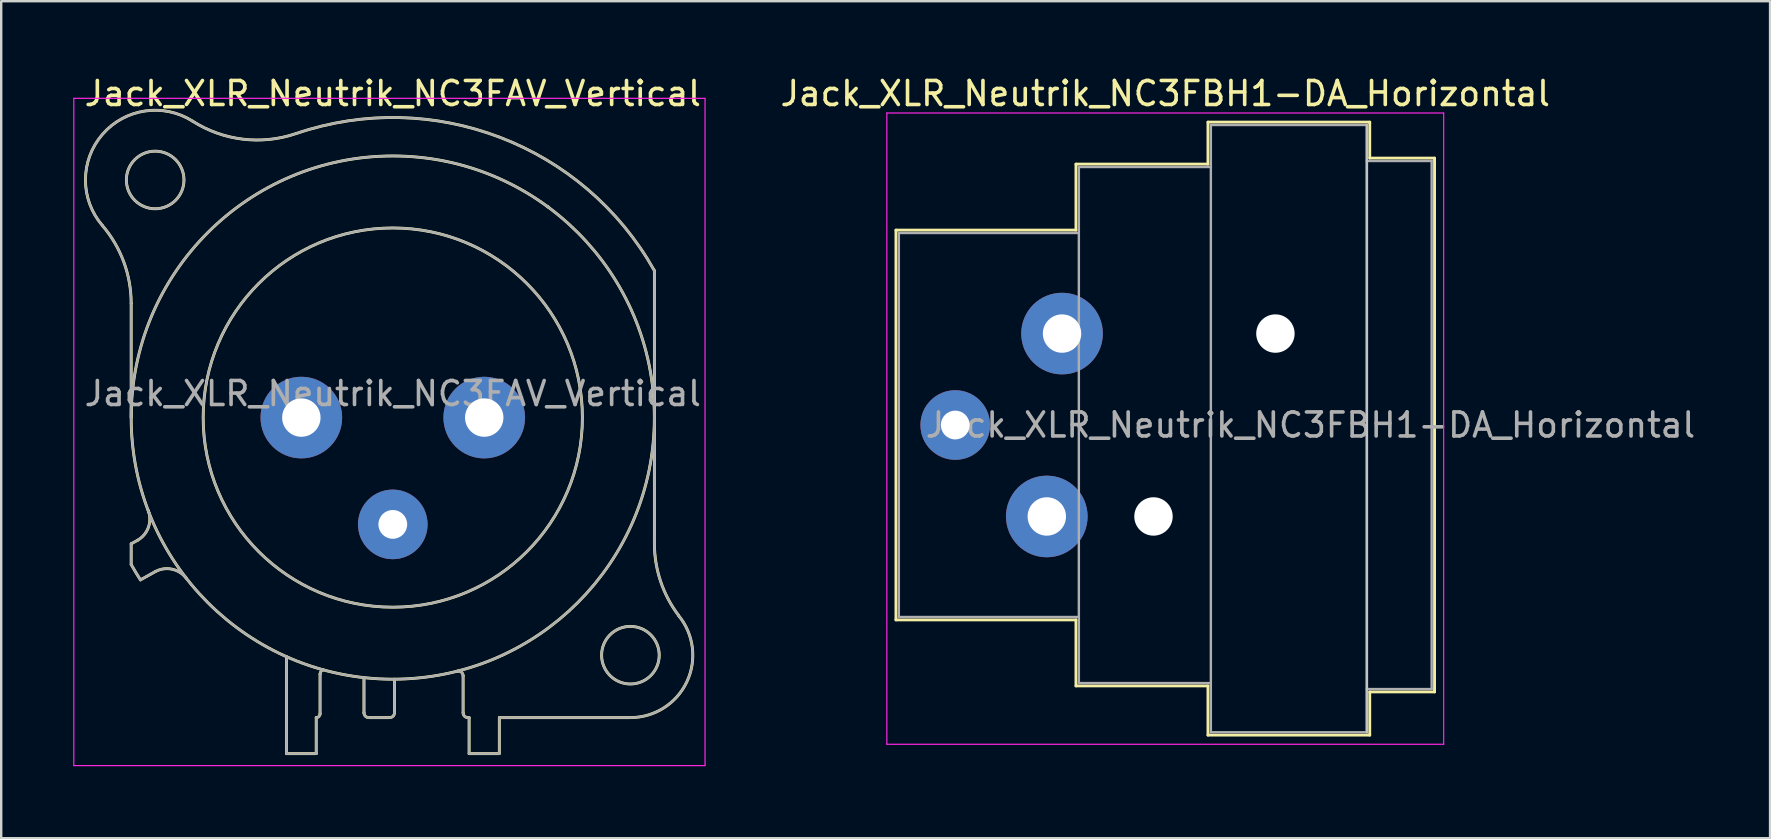
<source format=kicad_pcb>
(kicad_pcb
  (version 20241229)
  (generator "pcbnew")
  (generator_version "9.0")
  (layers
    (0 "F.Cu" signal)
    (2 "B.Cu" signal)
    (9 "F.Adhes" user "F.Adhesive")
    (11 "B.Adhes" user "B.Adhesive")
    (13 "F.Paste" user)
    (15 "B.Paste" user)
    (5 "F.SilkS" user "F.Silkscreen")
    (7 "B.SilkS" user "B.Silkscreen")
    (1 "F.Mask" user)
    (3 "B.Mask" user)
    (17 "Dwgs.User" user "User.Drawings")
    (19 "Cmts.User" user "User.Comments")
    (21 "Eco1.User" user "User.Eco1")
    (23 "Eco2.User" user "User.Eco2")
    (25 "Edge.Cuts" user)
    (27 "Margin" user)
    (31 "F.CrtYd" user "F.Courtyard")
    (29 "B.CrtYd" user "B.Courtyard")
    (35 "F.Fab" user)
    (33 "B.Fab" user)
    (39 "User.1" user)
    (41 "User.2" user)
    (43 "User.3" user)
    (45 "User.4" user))
  (footprint "Jack_XLR_Neutrik_NC3FAV_Vertical"
    (layer "F.Cu")
    (at 17.125 14.348)
    (property "Reference" "Jack_XLR_Neutrik_NC3FAV_Vertical" (at -3.81 -13.5 0) (layer "F.SilkS") (effects (font (size 1 1) (thickness 0.15))))
    (attr through_hole)
    (fp_line (start -14.71 0) (end -14.71 -4.76) (stroke (width 0.12) (type solid)) (layer "F.SilkS"))
    (fp_line (start -14.71 5.26) (end -14.71 6.12) (stroke (width 0.12) (type solid)) (layer "F.SilkS"))
    (fp_line (start -14.44 5.11) (end -14.71 5.26) (stroke (width 0.12) (type solid)) (layer "F.SilkS"))
    (fp_line (start -14.32 6.76) (end -13.71 6.42) (stroke (width 0.12) (type solid)) (layer "F.SilkS"))
    (fp_line (start -8.24 9.96) (end -8.24 14) (stroke (width 0.12) (type solid)) (layer "F.SilkS"))
    (fp_line (start -7 12.5) (end -7 14) (stroke (width 0.12) (type solid)) (layer "F.SilkS"))
    (fp_line (start -7 14) (end -8.24 14) (stroke (width 0.12) (type solid)) (layer "F.SilkS"))
    (fp_line (start -6.84 12.34) (end -6.84 10.69) (stroke (width 0.12) (type solid)) (layer "F.SilkS"))
    (fp_line (start -5.01 10.83) (end -5.01 12.3) (stroke (width 0.12) (type solid)) (layer "F.SilkS"))
    (fp_line (start -3.94 12.5) (end -4.81 12.5) (stroke (width 0.12) (type solid)) (layer "F.SilkS"))
    (fp_line (start -3.74 10.9) (end -3.74 12.3) (stroke (width 0.12) (type solid)) (layer "F.SilkS"))
    (fp_line (start -0.88 12.3) (end -0.88 10.76) (stroke (width 0.12) (type solid)) (layer "F.SilkS"))
    (fp_line (start -0.63 12.5) (end -0.68 12.5) (stroke (width 0.12) (type solid)) (layer "F.SilkS"))
    (fp_line (start -0.63 12.5) (end -0.63 14) (stroke (width 0.12) (type solid)) (layer "F.SilkS"))
    (fp_line (start 0.62 14) (end -0.63 14) (stroke (width 0.12) (type solid)) (layer "F.SilkS"))
    (fp_line (start 0.63 12.5) (end 6.09 12.5) (stroke (width 0.12) (type solid)) (layer "F.SilkS"))
    (fp_line (start 0.63 14) (end 0.63 12.5) (stroke (width 0.12) (type solid)) (layer "F.SilkS"))
    (fp_line (start 7.09 5.24) (end 7.09 -6.12) (stroke (width 0.12) (type solid)) (layer "F.SilkS"))
    (fp_arc (start -15.908829 -8.000856) (mid -15.019313 -6.48774) (end -14.71 -4.76) (stroke (width 0.12) (type solid)) (layer "F.SilkS"))
    (fp_arc (start -15.908236 -8.001617) (mid -15.907486 -11.799251) (end -12.15 -12.35) (stroke (width 0.12) (type solid)) (layer "F.SilkS"))
    (fp_arc (start -14.32314 6.763008) (mid -14.521396 6.444407) (end -14.71 6.12) (stroke (width 0.12) (type solid)) (layer "F.SilkS"))
    (fp_arc (start -14.004283 3.855674) (mid -13.989213 4.56375) (end -14.44 5.11) (stroke (width 0.12) (type solid)) (layer "F.SilkS"))
    (fp_arc (start -13.71 6.42) (mid -13.01025 6.315915) (end -12.412202 6.693832) (stroke (width 0.12) (type solid)) (layer "F.SilkS"))
    (fp_arc (start -7.848035 -11.831177) (mid -10.058192 -11.599923) (end -12.15 -12.35) (stroke (width 0.12) (type solid)) (layer "F.SilkS"))
    (fp_arc (start -7.841153 -11.83276) (mid 0.657009 -11.675197) (end 7.09 -6.12) (stroke (width 0.12) (type solid)) (layer "F.SilkS"))
    (fp_arc (start -6.84 10.69) (mid -6.803713 10.578321) (end -6.708713 10.509299) (stroke (width 0.12) (type solid)) (layer "F.SilkS"))
    (fp_arc (start -6.84 12.34) (mid -6.886863 12.453137) (end -7 12.5) (stroke (width 0.12) (type solid)) (layer "F.SilkS"))
    (fp_arc (start -4.81 12.5) (mid -4.951421 12.441421) (end -5.01 12.3) (stroke (width 0.12) (type solid)) (layer "F.SilkS"))
    (fp_arc (start -3.74 12.3) (mid -3.798579 12.441421) (end -3.94 12.5) (stroke (width 0.12) (type solid)) (layer "F.SilkS"))
    (fp_arc (start -1.1294 10.566197) (mid -0.957281 10.602076) (end -0.88 10.76) (stroke (width 0.12) (type solid)) (layer "F.SilkS"))
    (fp_arc (start -0.68 12.5) (mid -0.821421 12.441421) (end -0.88 12.3) (stroke (width 0.12) (type solid)) (layer "F.SilkS"))
    (fp_arc (start 2.636924 -8.782671) (mid 2.628394 -8.791269) (end 2.62 -8.8) (stroke (width 0.12) (type solid)) (layer "F.SilkS"))
    (fp_arc (start 2.680052 -8.767734) (mid 2.65973 -8.7835) (end 2.64 -8.8) (stroke (width 0.12) (type solid)) (layer "F.SilkS"))
    (fp_arc (start 8.095865 8.245761) (mid 8.441704 11.008824) (end 6.09 12.5) (stroke (width 0.12) (type solid)) (layer "F.SilkS"))
    (fp_arc (start 8.098032 8.243976) (mid 7.348729 6.824298) (end 7.09 5.24) (stroke (width 0.12) (type solid)) (layer "F.SilkS"))
    (fp_circle (center -13.71 -9.9) (end -12.51 -9.9) (stroke (width 0.12) (type solid)) (fill no) (layer "F.SilkS"))
    (fp_circle (center -3.81 0) (end 4.09 0) (stroke (width 0.12) (type solid)) (fill no) (layer "F.SilkS"))
    (fp_circle (center -3.81 0) (end 7.09 0) (stroke (width 0.12) (type solid)) (fill no) (layer "F.SilkS"))
    (fp_circle (center 6.09 9.9) (end 7.29 9.9) (stroke (width 0.12) (type solid)) (fill no) (layer "F.SilkS"))
    (fp_line (start -17.1 -13.3) (end 9.2 -13.3) (stroke (width 0.05) (type solid)) (layer "F.CrtYd"))
    (fp_line (start -17.1 14.5) (end -17.1 -13.3) (stroke (width 0.05) (type solid)) (layer "F.CrtYd"))
    (fp_line (start 9.2 -13.3) (end 9.2 14.5) (stroke (width 0.05) (type solid)) (layer "F.CrtYd"))
    (fp_line (start 9.2 14.5) (end -17.1 14.5) (stroke (width 0.05) (type solid)) (layer "F.CrtYd"))
    (fp_line (start -14.71 0) (end -14.71 -4.76) (stroke (width 0.1) (type solid)) (layer "F.Fab"))
    (fp_line (start -14.71 5.26) (end -14.71 6.12) (stroke (width 0.1) (type solid)) (layer "F.Fab"))
    (fp_line (start -14.44 5.11) (end -14.71 5.26) (stroke (width 0.1) (type solid)) (layer "F.Fab"))
    (fp_line (start -14.32 6.76) (end -13.71 6.42) (stroke (width 0.1) (type solid)) (layer "F.Fab"))
    (fp_line (start -8.24 9.96) (end -8.24 14) (stroke (width 0.1) (type solid)) (layer "F.Fab"))
    (fp_line (start -7 12.5) (end -7 14) (stroke (width 0.1) (type solid)) (layer "F.Fab"))
    (fp_line (start -7 14) (end -8.24 14) (stroke (width 0.1) (type solid)) (layer "F.Fab"))
    (fp_line (start -6.84 12.34) (end -6.84 10.69) (stroke (width 0.1) (type solid)) (layer "F.Fab"))
    (fp_line (start -5.01 10.83) (end -5.01 12.3) (stroke (width 0.1) (type solid)) (layer "F.Fab"))
    (fp_line (start -3.94 12.5) (end -4.81 12.5) (stroke (width 0.1) (type solid)) (layer "F.Fab"))
    (fp_line (start -3.74 10.9) (end -3.74 12.3) (stroke (width 0.1) (type solid)) (layer "F.Fab"))
    (fp_line (start -0.88 12.3) (end -0.88 10.76) (stroke (width 0.1) (type solid)) (layer "F.Fab"))
    (fp_line (start -0.63 12.5) (end -0.68 12.5) (stroke (width 0.1) (type solid)) (layer "F.Fab"))
    (fp_line (start -0.63 12.5) (end -0.63 14) (stroke (width 0.1) (type solid)) (layer "F.Fab"))
    (fp_line (start 0.62 14) (end -0.63 14) (stroke (width 0.1) (type solid)) (layer "F.Fab"))
    (fp_line (start 0.63 12.5) (end 6.09 12.5) (stroke (width 0.1) (type solid)) (layer "F.Fab"))
    (fp_line (start 0.63 14) (end 0.63 12.5) (stroke (width 0.1) (type solid)) (layer "F.Fab"))
    (fp_line (start 7.09 5.24) (end 7.09 -6.12) (stroke (width 0.1) (type solid)) (layer "F.Fab"))
    (fp_arc (start -15.908829 -8.000856) (mid -15.019313 -6.48774) (end -14.71 -4.76) (stroke (width 0.1) (type solid)) (layer "F.Fab"))
    (fp_arc (start -15.908236 -8.001617) (mid -15.907486 -11.799251) (end -12.15 -12.35) (stroke (width 0.1) (type solid)) (layer "F.Fab"))
    (fp_arc (start -14.32314 6.763008) (mid -14.521396 6.444407) (end -14.71 6.12) (stroke (width 0.1) (type solid)) (layer "F.Fab"))
    (fp_arc (start -14.004283 3.855674) (mid -13.989213 4.56375) (end -14.44 5.11) (stroke (width 0.1) (type solid)) (layer "F.Fab"))
    (fp_arc (start -13.71 6.42) (mid -13.01025 6.315915) (end -12.412202 6.693832) (stroke (width 0.1) (type solid)) (layer "F.Fab"))
    (fp_arc (start -7.848035 -11.831177) (mid -10.058192 -11.599923) (end -12.15 -12.35) (stroke (width 0.1) (type solid)) (layer "F.Fab"))
    (fp_arc (start -7.841153 -11.83276) (mid 0.657009 -11.675197) (end 7.09 -6.12) (stroke (width 0.1) (type solid)) (layer "F.Fab"))
    (fp_arc (start -6.84 10.69) (mid -6.803713 10.578321) (end -6.708713 10.509299) (stroke (width 0.1) (type solid)) (layer "F.Fab"))
    (fp_arc (start -6.84 12.34) (mid -6.886863 12.453137) (end -7 12.5) (stroke (width 0.1) (type solid)) (layer "F.Fab"))
    (fp_arc (start -4.81 12.5) (mid -4.951421 12.441421) (end -5.01 12.3) (stroke (width 0.1) (type solid)) (layer "F.Fab"))
    (fp_arc (start -3.74 12.3) (mid -3.798579 12.441421) (end -3.94 12.5) (stroke (width 0.1) (type solid)) (layer "F.Fab"))
    (fp_arc (start -1.1294 10.566197) (mid -0.957281 10.602076) (end -0.88 10.76) (stroke (width 0.1) (type solid)) (layer "F.Fab"))
    (fp_arc (start -0.68 12.5) (mid -0.821421 12.441421) (end -0.88 12.3) (stroke (width 0.1) (type solid)) (layer "F.Fab"))
    (fp_arc (start 2.636924 -8.782671) (mid 2.628394 -8.791269) (end 2.62 -8.8) (stroke (width 0.1) (type solid)) (layer "F.Fab"))
    (fp_arc (start 2.680052 -8.767734) (mid 2.65973 -8.7835) (end 2.64 -8.8) (stroke (width 0.1) (type solid)) (layer "F.Fab"))
    (fp_arc (start 8.095865 8.245761) (mid 8.441704 11.008824) (end 6.09 12.5) (stroke (width 0.1) (type solid)) (layer "F.Fab"))
    (fp_arc (start 8.098032 8.243976) (mid 7.348729 6.824298) (end 7.09 5.24) (stroke (width 0.1) (type solid)) (layer "F.Fab"))
    (fp_circle (center -13.71 -9.9) (end -12.51 -9.9) (stroke (width 0.1) (type solid)) (fill no) (layer "F.Fab"))
    (fp_circle (center -3.81 0) (end 4.09 0) (stroke (width 0.1) (type solid)) (fill no) (layer "F.Fab"))
    (fp_circle (center -3.81 0) (end 7.09 0) (stroke (width 0.1) (type solid)) (fill no) (layer "F.Fab"))
    (fp_circle (center 6.09 9.9) (end 7.29 9.9) (stroke (width 0.1) (type solid)) (fill no) (layer "F.Fab"))
    (fp_text user "${REFERENCE}" (at -3.81 -1 0) (layer "F.Fab") (effects (font (size 1 1) (thickness 0.15))))
    (pad "1" thru_hole circle (at 0 0) (size 3.4 3.4) (drill 1.6) (layers "*.Cu" "*.Mask"))
    (pad "2" thru_hole circle (at -7.62 0) (size 3.4 3.4) (drill 1.6) (layers "*.Cu" "*.Mask"))
    (pad "3" thru_hole circle (at -3.81 4.45) (size 2.9 2.9) (drill 1.2) (layers "*.Cu" "*.Mask")))
  (footprint "Jack_XLR_Neutrik_NC3FBH1-DA_Horizontal"
    (layer "F.Cu")
    (at 41.199 10.848)
    (property "Reference" "Jack_XLR_Neutrik_NC3FBH1-DA_Horizontal" (at 4.3 -10 0) (layer "F.SilkS") (effects (font (size 1 1) (thickness 0.15))))
    (attr through_hole)
    (fp_line (start -6.92 -4.31) (end -6.92 11.93) (stroke (width 0.12) (type solid)) (layer "F.SilkS"))
    (fp_line (start 0.58 -7.06) (end 0.58 -4.31) (stroke (width 0.12) (type solid)) (layer "F.SilkS"))
    (fp_line (start 0.58 -4.31) (end -6.92 -4.31) (stroke (width 0.12) (type solid)) (layer "F.SilkS"))
    (fp_line (start 0.58 11.93) (end -6.92 11.93) (stroke (width 0.12) (type solid)) (layer "F.SilkS"))
    (fp_line (start 0.58 11.93) (end 0.58 14.68) (stroke (width 0.12) (type solid)) (layer "F.SilkS"))
    (fp_line (start 6.08 -7.06) (end 0.58 -7.06) (stroke (width 0.12) (type solid)) (layer "F.SilkS"))
    (fp_line (start 6.08 -7.06) (end 6.08 -8.81) (stroke (width 0.12) (type solid)) (layer "F.SilkS"))
    (fp_line (start 6.08 14.68) (end 0.58 14.68) (stroke (width 0.12) (type solid)) (layer "F.SilkS"))
    (fp_line (start 6.08 16.73) (end 6.08 14.68) (stroke (width 0.12) (type solid)) (layer "F.SilkS"))
    (fp_line (start 12.82 -8.81) (end 6.08 -8.81) (stroke (width 0.12) (type solid)) (layer "F.SilkS"))
    (fp_line (start 12.82 -8.81) (end 12.82 -7.31) (stroke (width 0.12) (type solid)) (layer "F.SilkS"))
    (fp_line (start 12.82 -7.31) (end 15.52 -7.31) (stroke (width 0.12) (type solid)) (layer "F.SilkS"))
    (fp_line (start 12.82 14.93) (end 12.82 16.73) (stroke (width 0.12) (type solid)) (layer "F.SilkS"))
    (fp_line (start 12.82 14.93) (end 15.52 14.93) (stroke (width 0.12) (type solid)) (layer "F.SilkS"))
    (fp_line (start 12.82 16.73) (end 6.08 16.73) (stroke (width 0.12) (type solid)) (layer "F.SilkS"))
    (fp_line (start 15.52 -7.31) (end 15.52 14.93) (stroke (width 0.12) (type solid)) (layer "F.SilkS"))
    (fp_line (start 12.7 -8.69) (end 12.7 16.61) (stroke (width 0.1) (type solid)) (layer "Dwgs.User"))
    (fp_line (start -7.3 -9.19) (end -7.3 17.11) (stroke (width 0.05) (type solid)) (layer "F.CrtYd"))
    (fp_line (start 15.9 -9.19) (end -7.3 -9.19) (stroke (width 0.05) (type solid)) (layer "F.CrtYd"))
    (fp_line (start 15.9 -9.19) (end 15.9 17.11) (stroke (width 0.05) (type solid)) (layer "F.CrtYd"))
    (fp_line (start 15.9 17.11) (end -7.3 17.11) (stroke (width 0.05) (type solid)) (layer "F.CrtYd"))
    (fp_line (start -6.8 -4.19) (end -6.8 11.81) (stroke (width 0.1) (type solid)) (layer "F.Fab"))
    (fp_line (start -6.8 11.81) (end 0.7 11.81) (stroke (width 0.1) (type solid)) (layer "F.Fab"))
    (fp_line (start 0.7 -6.94) (end 0.7 14.56) (stroke (width 0.1) (type solid)) (layer "F.Fab"))
    (fp_line (start 0.7 -4.19) (end -6.8 -4.19) (stroke (width 0.1) (type solid)) (layer "F.Fab"))
    (fp_line (start 0.7 14.56) (end 6.2 14.56) (stroke (width 0.1) (type solid)) (layer "F.Fab"))
    (fp_line (start 6.2 -8.69) (end 12.7 -8.69) (stroke (width 0.1) (type solid)) (layer "F.Fab"))
    (fp_line (start 6.2 -6.94) (end 0.7 -6.94) (stroke (width 0.1) (type solid)) (layer "F.Fab"))
    (fp_line (start 6.2 16.61) (end 6.2 -8.69) (stroke (width 0.1) (type solid)) (layer "F.Fab"))
    (fp_line (start 12.7 -8.69) (end 12.7 16.61) (stroke (width 0.1) (type solid)) (layer "F.Fab"))
    (fp_line (start 12.7 -7.19) (end 15.4 -7.19) (stroke (width 0.1) (type solid)) (layer "F.Fab"))
    (fp_line (start 12.7 16.61) (end 6.2 16.61) (stroke (width 0.1) (type solid)) (layer "F.Fab"))
    (fp_line (start 15.4 -7.19) (end 15.4 14.81) (stroke (width 0.1) (type solid)) (layer "F.Fab"))
    (fp_line (start 15.4 14.81) (end 12.7 14.81) (stroke (width 0.1) (type solid)) (layer "F.Fab"))
    (fp_text user "${REFERENCE}" (at 10.35 3.81 0) (layer "F.Fab") (effects (font (size 1 1) (thickness 0.15))))
    (pad "" np_thru_hole circle (at 3.81 7.62) (size 1.6 1.6) (drill 1.6) (layers "*.Cu" "*.Mask"))
    (pad "" np_thru_hole circle (at 8.89 0) (size 1.6 1.6) (drill 1.6) (layers "*.Cu" "*.Mask"))
    (pad "1" thru_hole circle (at 0 0) (size 3.4 3.4) (drill 1.6) (layers "*.Cu" "*.Mask"))
    (pad "2" thru_hole circle (at -0.635 7.62) (size 3.4 3.4) (drill 1.6) (layers "*.Cu" "*.Mask"))
    (pad "3" thru_hole circle (at -4.45 3.81) (size 2.9 2.9) (drill 1.2) (layers "*.Cu" "*.Mask")))
  (gr_rect
    (start -3 -3)
    (end 70.698 31.873)
    (stroke (width 0.1) (type default))
    (fill no)
    (layer "Edge.Cuts")))
</source>
